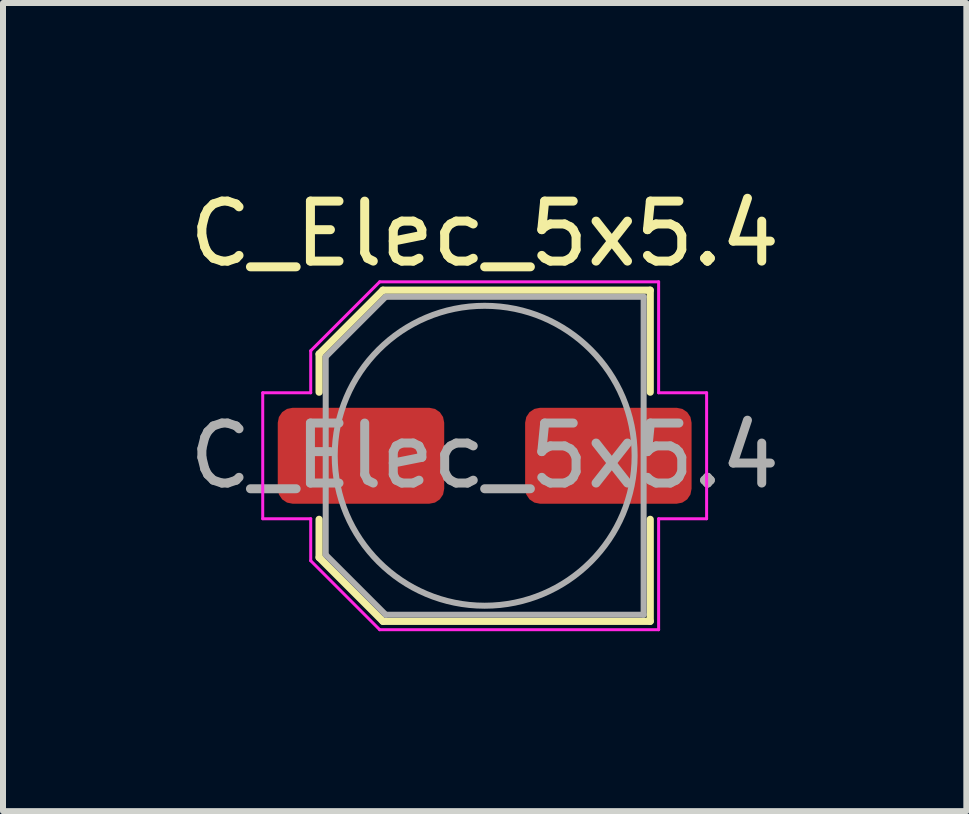
<source format=kicad_pcb>
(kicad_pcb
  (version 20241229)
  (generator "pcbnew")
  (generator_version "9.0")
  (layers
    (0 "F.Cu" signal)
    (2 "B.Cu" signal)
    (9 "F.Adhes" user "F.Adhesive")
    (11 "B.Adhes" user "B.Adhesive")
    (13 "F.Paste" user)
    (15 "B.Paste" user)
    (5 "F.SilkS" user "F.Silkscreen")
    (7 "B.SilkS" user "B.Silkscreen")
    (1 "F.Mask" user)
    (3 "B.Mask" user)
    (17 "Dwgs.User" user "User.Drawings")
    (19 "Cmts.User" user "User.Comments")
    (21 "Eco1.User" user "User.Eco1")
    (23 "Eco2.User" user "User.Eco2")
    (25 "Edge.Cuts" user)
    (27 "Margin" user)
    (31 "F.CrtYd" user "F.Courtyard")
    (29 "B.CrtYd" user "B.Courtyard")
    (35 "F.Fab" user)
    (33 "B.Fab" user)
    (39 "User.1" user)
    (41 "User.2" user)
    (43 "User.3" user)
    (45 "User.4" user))
  (footprint "C_Elec_5x5.4"
    (layer "F.Cu")
    (at 5.03 4.548)
    (property "Reference" "C_Elec_5x5.4" (at 0 -3.7 0) (layer "F.SilkS") (effects (font (size 1 1) (thickness 0.15))))
    (attr smd)
    (fp_line (start -2.76 -1.696) (end -2.76 -1.06) (stroke (width 0.12) (type solid)) (layer "F.SilkS"))
    (fp_line (start -2.76 -1.696) (end -1.696 -2.76) (stroke (width 0.12) (type solid)) (layer "F.SilkS"))
    (fp_line (start -2.76 1.696) (end -2.76 1.06) (stroke (width 0.12) (type solid)) (layer "F.SilkS"))
    (fp_line (start -2.76 1.696) (end -1.696 2.76) (stroke (width 0.12) (type solid)) (layer "F.SilkS"))
    (fp_line (start -1.696 -2.76) (end 2.76 -2.76) (stroke (width 0.12) (type solid)) (layer "F.SilkS"))
    (fp_line (start -1.696 2.76) (end 2.76 2.76) (stroke (width 0.12) (type solid)) (layer "F.SilkS"))
    (fp_line (start 2.76 -2.76) (end 2.76 -1.06) (stroke (width 0.12) (type solid)) (layer "F.SilkS"))
    (fp_line (start 2.76 2.76) (end 2.76 1.06) (stroke (width 0.12) (type solid)) (layer "F.SilkS"))
    (fp_line (start -3.7 -1.05) (end -3.7 1.05) (stroke (width 0.05) (type solid)) (layer "F.CrtYd"))
    (fp_line (start -3.7 1.05) (end -2.9 1.05) (stroke (width 0.05) (type solid)) (layer "F.CrtYd"))
    (fp_line (start -2.9 -1.75) (end -2.9 -1.05) (stroke (width 0.05) (type solid)) (layer "F.CrtYd"))
    (fp_line (start -2.9 -1.75) (end -1.75 -2.9) (stroke (width 0.05) (type solid)) (layer "F.CrtYd"))
    (fp_line (start -2.9 -1.05) (end -3.7 -1.05) (stroke (width 0.05) (type solid)) (layer "F.CrtYd"))
    (fp_line (start -2.9 1.05) (end -2.9 1.75) (stroke (width 0.05) (type solid)) (layer "F.CrtYd"))
    (fp_line (start -2.9 1.75) (end -1.75 2.9) (stroke (width 0.05) (type solid)) (layer "F.CrtYd"))
    (fp_line (start -1.75 -2.9) (end 2.9 -2.9) (stroke (width 0.05) (type solid)) (layer "F.CrtYd"))
    (fp_line (start -1.75 2.9) (end 2.9 2.9) (stroke (width 0.05) (type solid)) (layer "F.CrtYd"))
    (fp_line (start 2.9 -2.9) (end 2.9 -1.05) (stroke (width 0.05) (type solid)) (layer "F.CrtYd"))
    (fp_line (start 2.9 -1.05) (end 3.7 -1.05) (stroke (width 0.05) (type solid)) (layer "F.CrtYd"))
    (fp_line (start 2.9 1.05) (end 2.9 2.9) (stroke (width 0.05) (type solid)) (layer "F.CrtYd"))
    (fp_line (start 3.7 -1.05) (end 3.7 1.05) (stroke (width 0.05) (type solid)) (layer "F.CrtYd"))
    (fp_line (start 3.7 1.05) (end 2.9 1.05) (stroke (width 0.05) (type solid)) (layer "F.CrtYd"))
    (fp_line (start -2.65 -1.65) (end -2.65 1.65) (stroke (width 0.1) (type solid)) (layer "F.Fab"))
    (fp_line (start -2.65 -1.65) (end -1.65 -2.65) (stroke (width 0.1) (type solid)) (layer "F.Fab"))
    (fp_line (start -2.65 1.65) (end -1.65 2.65) (stroke (width 0.1) (type solid)) (layer "F.Fab"))
    (fp_line (start -1.65 -2.65) (end 2.65 -2.65) (stroke (width 0.1) (type solid)) (layer "F.Fab"))
    (fp_line (start -1.65 2.65) (end 2.65 2.65) (stroke (width 0.1) (type solid)) (layer "F.Fab"))
    (fp_line (start 2.65 -2.65) (end 2.65 2.65) (stroke (width 0.1) (type solid)) (layer "F.Fab"))
    (fp_circle (center 0 0) (end 2.5 0) (stroke (width 0.1) (type solid)) (fill no) (layer "F.Fab"))
    (fp_text user "${REFERENCE}" (at 0 0 0) (layer "F.Fab") (effects (font (size 1 1) (thickness 0.15))))
    (pad "1" smd roundrect (at -2.062 0) (size 2.775 1.6) (layers "F.Cu" "F.Mask" "F.Paste") (roundrect_rratio 0.156))
    (pad "2" smd roundrect (at 2.062 0) (size 2.775 1.6) (layers "F.Cu" "F.Mask" "F.Paste") (roundrect_rratio 0.156)))
  (gr_rect
    (start -3 -3)
    (end 13.06 10.473)
    (stroke (width 0.1) (type default))
    (fill no)
    (layer "Edge.Cuts")))
</source>
